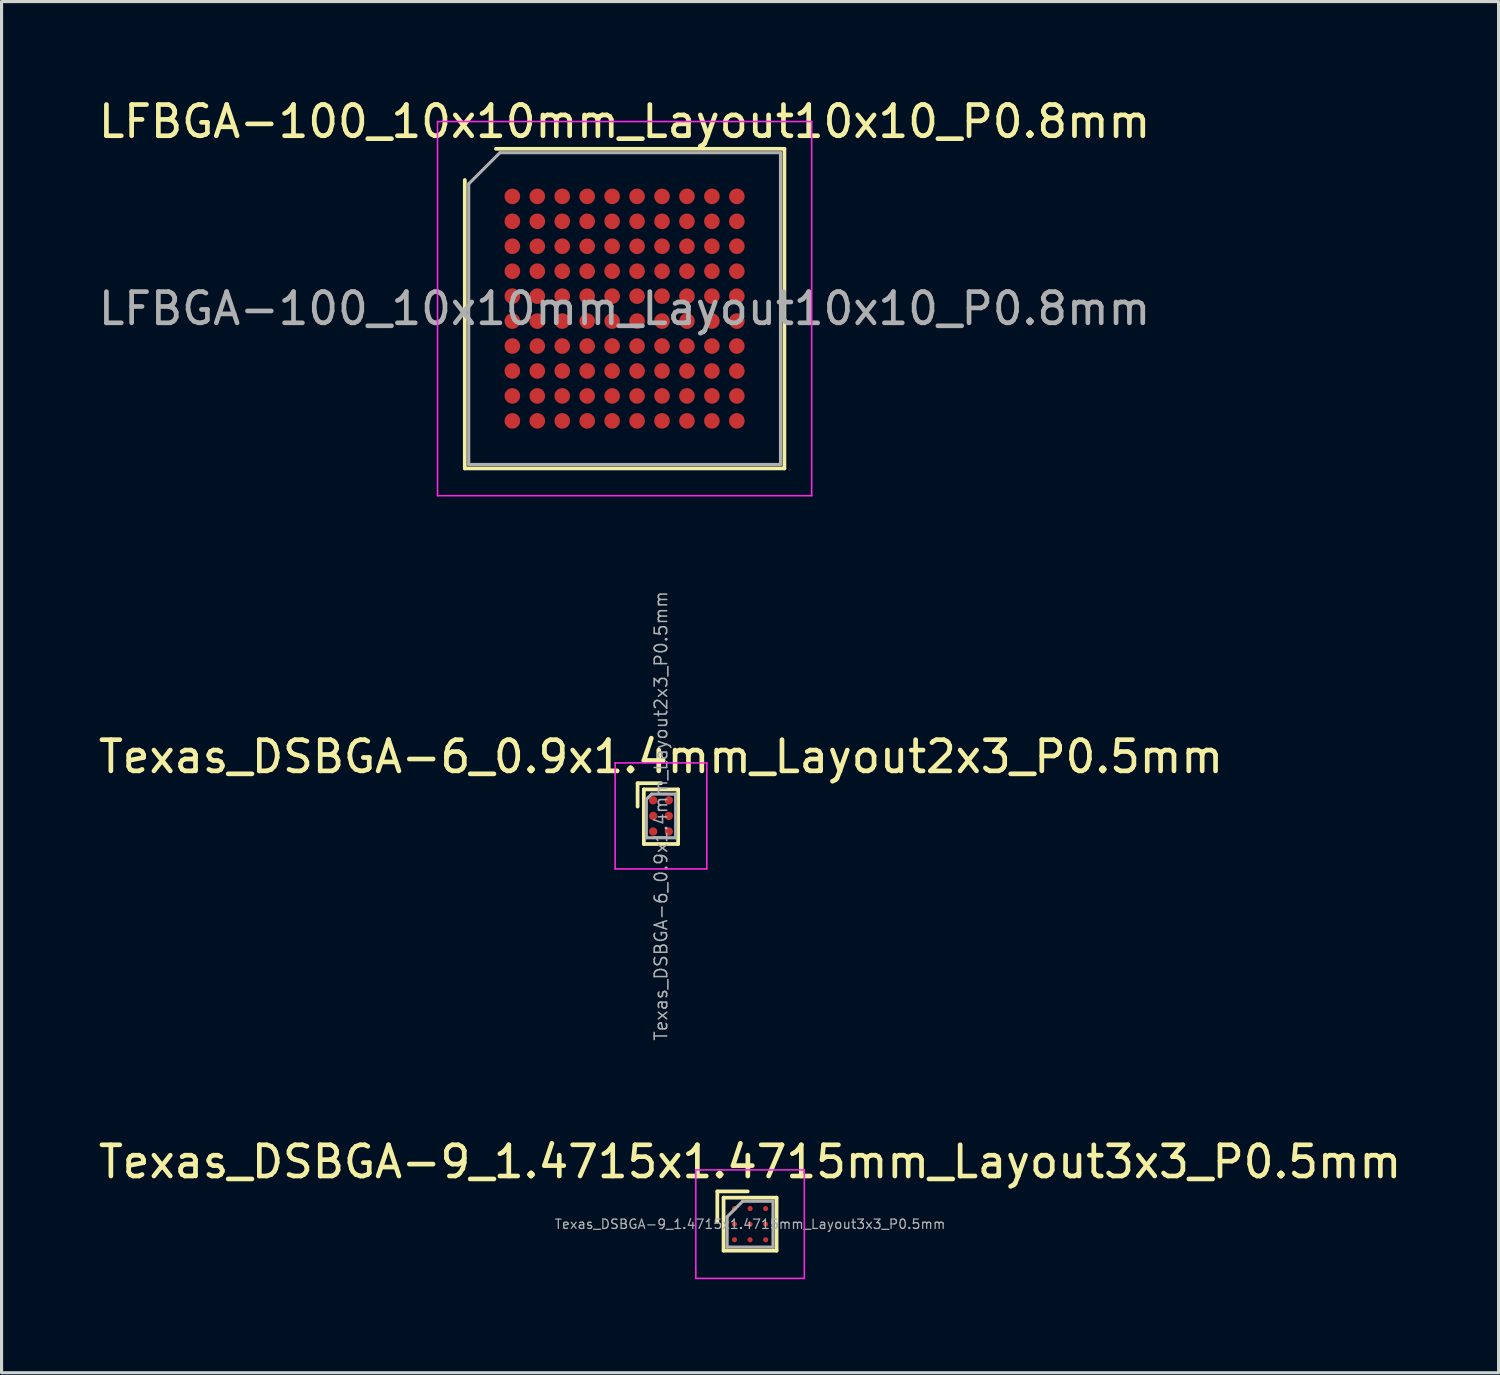
<source format=kicad_pcb>
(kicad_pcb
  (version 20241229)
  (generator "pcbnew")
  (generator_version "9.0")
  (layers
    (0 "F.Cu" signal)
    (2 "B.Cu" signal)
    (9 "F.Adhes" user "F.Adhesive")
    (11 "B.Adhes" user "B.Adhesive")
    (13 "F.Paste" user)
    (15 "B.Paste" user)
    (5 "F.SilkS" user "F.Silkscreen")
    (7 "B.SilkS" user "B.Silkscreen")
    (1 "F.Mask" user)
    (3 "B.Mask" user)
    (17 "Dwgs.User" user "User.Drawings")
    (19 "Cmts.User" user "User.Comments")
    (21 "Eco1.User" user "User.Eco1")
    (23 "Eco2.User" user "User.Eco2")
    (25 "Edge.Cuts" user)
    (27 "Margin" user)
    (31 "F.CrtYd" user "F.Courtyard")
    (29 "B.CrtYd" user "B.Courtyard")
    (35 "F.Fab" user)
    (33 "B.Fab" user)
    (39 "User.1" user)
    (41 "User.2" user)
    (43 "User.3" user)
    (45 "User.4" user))
  (footprint "Texas_DSBGA-6_0.9x1.4mm_Layout2x3_P0.5mm"
    (layer "F.Cu")
    (at 18.149 23.118)
    (property "Reference" "Texas_DSBGA-6_0.9x1.4mm_Layout2x3_P0.5mm" (at 0 -1.9 0) (layer "F.SilkS") (effects (font (size 1 1) (thickness 0.15))))
    (attr smd)
    (fp_line (start -0.75 -1.05) (end -0.75 -0.3) (stroke (width 0.12) (type solid)) (layer "F.SilkS"))
    (fp_line (start -0.55 -0.85) (end -0.55 0.9) (stroke (width 0.12) (type solid)) (layer "F.SilkS"))
    (fp_line (start -0.55 0.9) (end 0.55 0.9) (stroke (width 0.12) (type solid)) (layer "F.SilkS"))
    (fp_line (start 0 -1.05) (end -0.75 -1.05) (stroke (width 0.12) (type solid)) (layer "F.SilkS"))
    (fp_line (start 0.55 -0.85) (end -0.55 -0.85) (stroke (width 0.12) (type solid)) (layer "F.SilkS"))
    (fp_line (start 0.55 -0.85) (end 0.55 0.9) (stroke (width 0.12) (type solid)) (layer "F.SilkS"))
    (fp_line (start -1.47 -1.7) (end -1.47 1.7) (stroke (width 0.05) (type solid)) (layer "F.CrtYd"))
    (fp_line (start -1.47 -1.7) (end 1.47 -1.7) (stroke (width 0.05) (type solid)) (layer "F.CrtYd"))
    (fp_line (start 1.47 1.7) (end -1.47 1.7) (stroke (width 0.05) (type solid)) (layer "F.CrtYd"))
    (fp_line (start 1.47 1.7) (end 1.47 -1.7) (stroke (width 0.05) (type solid)) (layer "F.CrtYd"))
    (fp_line (start -0.47 -0.53) (end -0.47 0.7) (stroke (width 0.1) (type solid)) (layer "F.Fab"))
    (fp_line (start -0.47 -0.53) (end -0.3 -0.7) (stroke (width 0.1) (type solid)) (layer "F.Fab"))
    (fp_line (start -0.47 0.7) (end 0.47 0.7) (stroke (width 0.1) (type solid)) (layer "F.Fab"))
    (fp_line (start 0.47 -0.7) (end -0.3 -0.7) (stroke (width 0.1) (type solid)) (layer "F.Fab"))
    (fp_line (start 0.47 0.7) (end 0.47 -0.7) (stroke (width 0.1) (type solid)) (layer "F.Fab"))
    (fp_text user "${REFERENCE}" (at 0 0 90) (layer "F.Fab") (effects (font (size 0.4 0.4) (thickness 0.05))))
    (pad "" smd rect (at -0.25 -0.5) (size 0.3 0.3) (layers "F.Paste"))
    (pad "" smd rect (at -0.25 0) (size 0.3 0.3) (layers "F.Paste"))
    (pad "" smd rect (at -0.25 0.5) (size 0.3 0.3) (layers "F.Paste"))
    (pad "" smd rect (at 0.25 -0.5) (size 0.3 0.3) (layers "F.Paste"))
    (pad "" smd rect (at 0.25 0) (size 0.3 0.3) (layers "F.Paste"))
    (pad "" smd rect (at 0.25 0.5) (size 0.3 0.3) (layers "F.Paste"))
    (pad "A1" smd circle (at -0.25 -0.5) (size 0.265 0.265) (layers "F.Cu" "F.Mask"))
    (pad "A2" smd circle (at 0.25 -0.5) (size 0.265 0.265) (layers "F.Cu" "F.Mask"))
    (pad "B1" smd circle (at -0.25 0) (size 0.265 0.265) (layers "F.Cu" "F.Mask"))
    (pad "B2" smd circle (at 0.25 0) (size 0.265 0.265) (layers "F.Cu" "F.Mask"))
    (pad "C1" smd circle (at -0.25 0.5) (size 0.265 0.265) (layers "F.Cu" "F.Mask"))
    (pad "C2" smd circle (at 0.25 0.5) (size 0.265 0.265) (layers "F.Cu" "F.Mask")))
  (footprint "Texas_DSBGA-9_1.4715x1.4715mm_Layout3x3_P0.5mm"
    (layer "F.Cu")
    (at 21.006 36.211)
    (property "Reference" "Texas_DSBGA-9_1.4715x1.4715mm_Layout3x3_P0.5mm" (at 0 -2 0) (layer "F.SilkS") (effects (font (size 1 1) (thickness 0.15))))
    (attr smd)
    (fp_line (start -1.05 -1.05) (end -1.05 -0.075) (stroke (width 0.12) (type solid)) (layer "F.SilkS"))
    (fp_line (start -0.85 -0.85) (end -0.85 0.85) (stroke (width 0.12) (type solid)) (layer "F.SilkS"))
    (fp_line (start -0.85 -0.85) (end 0.85 -0.85) (stroke (width 0.12) (type solid)) (layer "F.SilkS"))
    (fp_line (start -0.075 -1.05) (end -1.05 -1.05) (stroke (width 0.12) (type solid)) (layer "F.SilkS"))
    (fp_line (start 0.85 -0.85) (end 0.85 0.85) (stroke (width 0.12) (type solid)) (layer "F.SilkS"))
    (fp_line (start 0.85 0.85) (end -0.85 0.85) (stroke (width 0.12) (type solid)) (layer "F.SilkS"))
    (fp_line (start -1.74 -1.74) (end -1.74 1.74) (stroke (width 0.05) (type solid)) (layer "F.CrtYd"))
    (fp_line (start -1.74 1.74) (end 1.74 1.74) (stroke (width 0.05) (type solid)) (layer "F.CrtYd"))
    (fp_line (start 1.74 -1.74) (end -1.74 -1.74) (stroke (width 0.05) (type solid)) (layer "F.CrtYd"))
    (fp_line (start 1.74 1.74) (end 1.74 -1.74) (stroke (width 0.05) (type solid)) (layer "F.CrtYd"))
    (fp_line (start -0.736 -0.236) (end -0.736 0.736) (stroke (width 0.1) (type solid)) (layer "F.Fab"))
    (fp_line (start -0.736 -0.236) (end -0.236 -0.736) (stroke (width 0.1) (type solid)) (layer "F.Fab"))
    (fp_line (start -0.736 0.736) (end 0.736 0.736) (stroke (width 0.1) (type solid)) (layer "F.Fab"))
    (fp_line (start 0.736 -0.736) (end -0.236 -0.736) (stroke (width 0.1) (type solid)) (layer "F.Fab"))
    (fp_line (start 0.736 0.736) (end 0.736 -0.736) (stroke (width 0.1) (type solid)) (layer "F.Fab"))
    (fp_text user "${REFERENCE}" (at 0 0 0) (layer "F.Fab") (effects (font (size 0.3 0.3) (thickness 0.04))))
    (pad "" smd rect (at -0.5 -0.5) (size 0.3 0.3) (layers "F.Paste"))
    (pad "" smd rect (at -0.5 0) (size 0.3 0.3) (layers "F.Paste"))
    (pad "" smd rect (at -0.5 0.5) (size 0.3 0.3) (layers "F.Paste"))
    (pad "" smd rect (at 0 -0.5) (size 0.3 0.3) (layers "F.Paste"))
    (pad "" smd rect (at 0 0) (size 0.3 0.3) (layers "F.Paste"))
    (pad "" smd rect (at 0 0.5) (size 0.3 0.3) (layers "F.Paste"))
    (pad "" smd rect (at 0.5 -0.5) (size 0.3 0.3) (layers "F.Paste"))
    (pad "" smd rect (at 0.5 0) (size 0.3 0.3) (layers "F.Paste"))
    (pad "" smd rect (at 0.5 0.5) (size 0.3 0.3) (layers "F.Paste"))
    (pad "A1" smd circle (at -0.5 -0.5) (size 0.165 0.165) (layers "F.Cu" "F.Mask"))
    (pad "A2" smd circle (at 0 -0.5) (size 0.165 0.165) (layers "F.Cu" "F.Mask"))
    (pad "A3" smd circle (at 0.5 -0.5) (size 0.165 0.165) (layers "F.Cu" "F.Mask"))
    (pad "B1" smd circle (at -0.5 0) (size 0.165 0.165) (layers "F.Cu" "F.Mask"))
    (pad "B2" smd circle (at 0 0) (size 0.165 0.165) (layers "F.Cu" "F.Mask"))
    (pad "B3" smd circle (at 0.5 0) (size 0.165 0.165) (layers "F.Cu" "F.Mask" "F.Paste"))
    (pad "C1" smd circle (at -0.5 0.5) (size 0.165 0.165) (layers "F.Cu" "F.Mask"))
    (pad "C2" smd circle (at 0 0.5) (size 0.165 0.165) (layers "F.Cu" "F.Mask"))
    (pad "C3" smd circle (at 0.5 0.5) (size 0.165 0.165) (layers "F.Cu" "F.Mask")))
  (footprint "LFBGA-100_10x10mm_Layout10x10_P0.8mm"
    (layer "F.Cu")
    (at 16.982 6.848)
    (property "Reference" "LFBGA-100_10x10mm_Layout10x10_P0.8mm" (at 0 -6 0) (layer "F.SilkS") (effects (font (size 1 1) (thickness 0.15))))
    (attr smd)
    (fp_line (start -5.125 5.125) (end -5.125 -4.125) (stroke (width 0.12) (type solid)) (layer "F.SilkS"))
    (fp_line (start -4.125 -5.125) (end 5.125 -5.125) (stroke (width 0.12) (type solid)) (layer "F.SilkS"))
    (fp_line (start 5.125 -5.125) (end 5.125 5.125) (stroke (width 0.12) (type solid)) (layer "F.SilkS"))
    (fp_line (start 5.125 5.125) (end -5.125 5.125) (stroke (width 0.12) (type solid)) (layer "F.SilkS"))
    (fp_line (start -6 -6) (end -6 6) (stroke (width 0.05) (type solid)) (layer "F.CrtYd"))
    (fp_line (start -6 6) (end 6 6) (stroke (width 0.05) (type solid)) (layer "F.CrtYd"))
    (fp_line (start 6 -6) (end -6 -6) (stroke (width 0.05) (type solid)) (layer "F.CrtYd"))
    (fp_line (start 6 6) (end 6 -6) (stroke (width 0.05) (type solid)) (layer "F.CrtYd"))
    (fp_line (start -5 -4) (end -4 -5) (stroke (width 0.1) (type solid)) (layer "F.Fab"))
    (fp_line (start -5 5) (end -5 -4) (stroke (width 0.1) (type solid)) (layer "F.Fab"))
    (fp_line (start -4 -5) (end 5 -5) (stroke (width 0.1) (type solid)) (layer "F.Fab"))
    (fp_line (start 5 -5) (end 5 5) (stroke (width 0.1) (type solid)) (layer "F.Fab"))
    (fp_line (start 5 5) (end -5 5) (stroke (width 0.1) (type solid)) (layer "F.Fab"))
    (fp_text user "${REFERENCE}" (at 0 0 0) (layer "F.Fab") (effects (font (size 1 1) (thickness 0.15))))
    (pad "A1" smd circle (at -3.6 -3.6) (size 0.5 0.5) (layers "F.Cu" "F.Mask" "F.Paste"))
    (pad "A2" smd circle (at -2.8 -3.6) (size 0.5 0.5) (layers "F.Cu" "F.Mask" "F.Paste"))
    (pad "A3" smd circle (at -2 -3.6) (size 0.5 0.5) (layers "F.Cu" "F.Mask" "F.Paste"))
    (pad "A4" smd circle (at -1.2 -3.6) (size 0.5 0.5) (layers "F.Cu" "F.Mask" "F.Paste"))
    (pad "A5" smd circle (at -0.4 -3.6) (size 0.5 0.5) (layers "F.Cu" "F.Mask" "F.Paste"))
    (pad "A6" smd circle (at 0.4 -3.6) (size 0.5 0.5) (layers "F.Cu" "F.Mask" "F.Paste"))
    (pad "A7" smd circle (at 1.2 -3.6) (size 0.5 0.5) (layers "F.Cu" "F.Mask" "F.Paste"))
    (pad "A8" smd circle (at 2 -3.6) (size 0.5 0.5) (layers "F.Cu" "F.Mask" "F.Paste"))
    (pad "A9" smd circle (at 2.8 -3.6) (size 0.5 0.5) (layers "F.Cu" "F.Mask" "F.Paste"))
    (pad "A10" smd circle (at 3.6 -3.6) (size 0.5 0.5) (layers "F.Cu" "F.Mask" "F.Paste"))
    (pad "B1" smd circle (at -3.6 -2.8) (size 0.5 0.5) (layers "F.Cu" "F.Mask" "F.Paste"))
    (pad "B2" smd circle (at -2.8 -2.8) (size 0.5 0.5) (layers "F.Cu" "F.Mask" "F.Paste"))
    (pad "B3" smd circle (at -2 -2.8) (size 0.5 0.5) (layers "F.Cu" "F.Mask" "F.Paste"))
    (pad "B4" smd circle (at -1.2 -2.8) (size 0.5 0.5) (layers "F.Cu" "F.Mask" "F.Paste"))
    (pad "B5" smd circle (at -0.4 -2.8) (size 0.5 0.5) (layers "F.Cu" "F.Mask" "F.Paste"))
    (pad "B6" smd circle (at 0.4 -2.8) (size 0.5 0.5) (layers "F.Cu" "F.Mask" "F.Paste"))
    (pad "B7" smd circle (at 1.2 -2.8) (size 0.5 0.5) (layers "F.Cu" "F.Mask" "F.Paste"))
    (pad "B8" smd circle (at 2 -2.8) (size 0.5 0.5) (layers "F.Cu" "F.Mask" "F.Paste"))
    (pad "B9" smd circle (at 2.8 -2.8) (size 0.5 0.5) (layers "F.Cu" "F.Mask" "F.Paste"))
    (pad "B10" smd circle (at 3.6 -2.8) (size 0.5 0.5) (layers "F.Cu" "F.Mask" "F.Paste"))
    (pad "C1" smd circle (at -3.6 -2) (size 0.5 0.5) (layers "F.Cu" "F.Mask" "F.Paste"))
    (pad "C2" smd circle (at -2.8 -2) (size 0.5 0.5) (layers "F.Cu" "F.Mask" "F.Paste"))
    (pad "C3" smd circle (at -2 -2) (size 0.5 0.5) (layers "F.Cu" "F.Mask" "F.Paste"))
    (pad "C4" smd circle (at -1.2 -2) (size 0.5 0.5) (layers "F.Cu" "F.Mask" "F.Paste"))
    (pad "C5" smd circle (at -0.4 -2) (size 0.5 0.5) (layers "F.Cu" "F.Mask" "F.Paste"))
    (pad "C6" smd circle (at 0.4 -2) (size 0.5 0.5) (layers "F.Cu" "F.Mask" "F.Paste"))
    (pad "C7" smd circle (at 1.2 -2) (size 0.5 0.5) (layers "F.Cu" "F.Mask" "F.Paste"))
    (pad "C8" smd circle (at 2 -2) (size 0.5 0.5) (layers "F.Cu" "F.Mask" "F.Paste"))
    (pad "C9" smd circle (at 2.8 -2) (size 0.5 0.5) (layers "F.Cu" "F.Mask" "F.Paste"))
    (pad "C10" smd circle (at 3.6 -2) (size 0.5 0.5) (layers "F.Cu" "F.Mask" "F.Paste"))
    (pad "D1" smd circle (at -3.6 -1.2) (size 0.5 0.5) (layers "F.Cu" "F.Mask" "F.Paste"))
    (pad "D2" smd circle (at -2.8 -1.2) (size 0.5 0.5) (layers "F.Cu" "F.Mask" "F.Paste"))
    (pad "D3" smd circle (at -2 -1.2) (size 0.5 0.5) (layers "F.Cu" "F.Mask" "F.Paste"))
    (pad "D4" smd circle (at -1.2 -1.2) (size 0.5 0.5) (layers "F.Cu" "F.Mask" "F.Paste"))
    (pad "D5" smd circle (at -0.4 -1.2) (size 0.5 0.5) (layers "F.Cu" "F.Mask" "F.Paste"))
    (pad "D6" smd circle (at 0.4 -1.2) (size 0.5 0.5) (layers "F.Cu" "F.Mask" "F.Paste"))
    (pad "D7" smd circle (at 1.2 -1.2) (size 0.5 0.5) (layers "F.Cu" "F.Mask" "F.Paste"))
    (pad "D8" smd circle (at 2 -1.2) (size 0.5 0.5) (layers "F.Cu" "F.Mask" "F.Paste"))
    (pad "D9" smd circle (at 2.8 -1.2) (size 0.5 0.5) (layers "F.Cu" "F.Mask" "F.Paste"))
    (pad "D10" smd circle (at 3.6 -1.2) (size 0.5 0.5) (layers "F.Cu" "F.Mask" "F.Paste"))
    (pad "E1" smd circle (at -3.6 -0.4) (size 0.5 0.5) (layers "F.Cu" "F.Mask" "F.Paste"))
    (pad "E2" smd circle (at -2.8 -0.4) (size 0.5 0.5) (layers "F.Cu" "F.Mask" "F.Paste"))
    (pad "E3" smd circle (at -2 -0.4) (size 0.5 0.5) (layers "F.Cu" "F.Mask" "F.Paste"))
    (pad "E4" smd circle (at -1.2 -0.4) (size 0.5 0.5) (layers "F.Cu" "F.Mask" "F.Paste"))
    (pad "E5" smd circle (at -0.4 -0.4) (size 0.5 0.5) (layers "F.Cu" "F.Mask" "F.Paste"))
    (pad "E6" smd circle (at 0.4 -0.4) (size 0.5 0.5) (layers "F.Cu" "F.Mask" "F.Paste"))
    (pad "E7" smd circle (at 1.2 -0.4) (size 0.5 0.5) (layers "F.Cu" "F.Mask" "F.Paste"))
    (pad "E8" smd circle (at 2 -0.4) (size 0.5 0.5) (layers "F.Cu" "F.Mask" "F.Paste"))
    (pad "E9" smd circle (at 2.8 -0.4) (size 0.5 0.5) (layers "F.Cu" "F.Mask" "F.Paste"))
    (pad "E10" smd circle (at 3.6 -0.4) (size 0.5 0.5) (layers "F.Cu" "F.Mask" "F.Paste"))
    (pad "F1" smd circle (at -3.6 0.4) (size 0.5 0.5) (layers "F.Cu" "F.Mask" "F.Paste"))
    (pad "F2" smd circle (at -2.8 0.4) (size 0.5 0.5) (layers "F.Cu" "F.Mask" "F.Paste"))
    (pad "F3" smd circle (at -2 0.4) (size 0.5 0.5) (layers "F.Cu" "F.Mask" "F.Paste"))
    (pad "F4" smd circle (at -1.2 0.4) (size 0.5 0.5) (layers "F.Cu" "F.Mask" "F.Paste"))
    (pad "F5" smd circle (at -0.4 0.4) (size 0.5 0.5) (layers "F.Cu" "F.Mask" "F.Paste"))
    (pad "F6" smd circle (at 0.4 0.4) (size 0.5 0.5) (layers "F.Cu" "F.Mask" "F.Paste"))
    (pad "F7" smd circle (at 1.2 0.4) (size 0.5 0.5) (layers "F.Cu" "F.Mask" "F.Paste"))
    (pad "F8" smd circle (at 2 0.4) (size 0.5 0.5) (layers "F.Cu" "F.Mask" "F.Paste"))
    (pad "F9" smd circle (at 2.8 0.4) (size 0.5 0.5) (layers "F.Cu" "F.Mask" "F.Paste"))
    (pad "F10" smd circle (at 3.6 0.4) (size 0.5 0.5) (layers "F.Cu" "F.Mask" "F.Paste"))
    (pad "G1" smd circle (at -3.6 1.2) (size 0.5 0.5) (layers "F.Cu" "F.Mask" "F.Paste"))
    (pad "G2" smd circle (at -2.8 1.2) (size 0.5 0.5) (layers "F.Cu" "F.Mask" "F.Paste"))
    (pad "G3" smd circle (at -2 1.2) (size 0.5 0.5) (layers "F.Cu" "F.Mask" "F.Paste"))
    (pad "G4" smd circle (at -1.2 1.2) (size 0.5 0.5) (layers "F.Cu" "F.Mask" "F.Paste"))
    (pad "G5" smd circle (at -0.4 1.2) (size 0.5 0.5) (layers "F.Cu" "F.Mask" "F.Paste"))
    (pad "G6" smd circle (at 0.4 1.2) (size 0.5 0.5) (layers "F.Cu" "F.Mask" "F.Paste"))
    (pad "G7" smd circle (at 1.2 1.2) (size 0.5 0.5) (layers "F.Cu" "F.Mask" "F.Paste"))
    (pad "G8" smd circle (at 2 1.2) (size 0.5 0.5) (layers "F.Cu" "F.Mask" "F.Paste"))
    (pad "G9" smd circle (at 2.8 1.2) (size 0.5 0.5) (layers "F.Cu" "F.Mask" "F.Paste"))
    (pad "G10" smd circle (at 3.6 1.2) (size 0.5 0.5) (layers "F.Cu" "F.Mask" "F.Paste"))
    (pad "H1" smd circle (at -3.6 2) (size 0.5 0.5) (layers "F.Cu" "F.Mask" "F.Paste"))
    (pad "H2" smd circle (at -2.8 2) (size 0.5 0.5) (layers "F.Cu" "F.Mask" "F.Paste"))
    (pad "H3" smd circle (at -2 2) (size 0.5 0.5) (layers "F.Cu" "F.Mask" "F.Paste"))
    (pad "H4" smd circle (at -1.2 2) (size 0.5 0.5) (layers "F.Cu" "F.Mask" "F.Paste"))
    (pad "H5" smd circle (at -0.4 2) (size 0.5 0.5) (layers "F.Cu" "F.Mask" "F.Paste"))
    (pad "H6" smd circle (at 0.4 2) (size 0.5 0.5) (layers "F.Cu" "F.Mask" "F.Paste"))
    (pad "H7" smd circle (at 1.2 2) (size 0.5 0.5) (layers "F.Cu" "F.Mask" "F.Paste"))
    (pad "H8" smd circle (at 2 2) (size 0.5 0.5) (layers "F.Cu" "F.Mask" "F.Paste"))
    (pad "H9" smd circle (at 2.8 2) (size 0.5 0.5) (layers "F.Cu" "F.Mask" "F.Paste"))
    (pad "H10" smd circle (at 3.6 2) (size 0.5 0.5) (layers "F.Cu" "F.Mask" "F.Paste"))
    (pad "J1" smd circle (at -3.6 2.8) (size 0.5 0.5) (layers "F.Cu" "F.Mask" "F.Paste"))
    (pad "J2" smd circle (at -2.8 2.8) (size 0.5 0.5) (layers "F.Cu" "F.Mask" "F.Paste"))
    (pad "J3" smd circle (at -2 2.8) (size 0.5 0.5) (layers "F.Cu" "F.Mask" "F.Paste"))
    (pad "J4" smd circle (at -1.2 2.8) (size 0.5 0.5) (layers "F.Cu" "F.Mask" "F.Paste"))
    (pad "J5" smd circle (at -0.4 2.8) (size 0.5 0.5) (layers "F.Cu" "F.Mask" "F.Paste"))
    (pad "J6" smd circle (at 0.4 2.8) (size 0.5 0.5) (layers "F.Cu" "F.Mask" "F.Paste"))
    (pad "J7" smd circle (at 1.2 2.8) (size 0.5 0.5) (layers "F.Cu" "F.Mask" "F.Paste"))
    (pad "J8" smd circle (at 2 2.8) (size 0.5 0.5) (layers "F.Cu" "F.Mask" "F.Paste"))
    (pad "J9" smd circle (at 2.8 2.8) (size 0.5 0.5) (layers "F.Cu" "F.Mask" "F.Paste"))
    (pad "J10" smd circle (at 3.6 2.8) (size 0.5 0.5) (layers "F.Cu" "F.Mask" "F.Paste"))
    (pad "K1" smd circle (at -3.6 3.6) (size 0.5 0.5) (layers "F.Cu" "F.Mask" "F.Paste"))
    (pad "K2" smd circle (at -2.8 3.6) (size 0.5 0.5) (layers "F.Cu" "F.Mask" "F.Paste"))
    (pad "K3" smd circle (at -2 3.6) (size 0.5 0.5) (layers "F.Cu" "F.Mask" "F.Paste"))
    (pad "K4" smd circle (at -1.2 3.6) (size 0.5 0.5) (layers "F.Cu" "F.Mask" "F.Paste"))
    (pad "K5" smd circle (at -0.4 3.6) (size 0.5 0.5) (layers "F.Cu" "F.Mask" "F.Paste"))
    (pad "K6" smd circle (at 0.4 3.6) (size 0.5 0.5) (layers "F.Cu" "F.Mask" "F.Paste"))
    (pad "K7" smd circle (at 1.2 3.6) (size 0.5 0.5) (layers "F.Cu" "F.Mask" "F.Paste"))
    (pad "K8" smd circle (at 2 3.6) (size 0.5 0.5) (layers "F.Cu" "F.Mask" "F.Paste"))
    (pad "K9" smd circle (at 2.8 3.6) (size 0.5 0.5) (layers "F.Cu" "F.Mask" "F.Paste"))
    (pad "K10" smd circle (at 3.6 3.6) (size 0.5 0.5) (layers "F.Cu" "F.Mask" "F.Paste")))
  (gr_rect
    (start -3 -3)
    (end 45.012 40.976)
    (stroke (width 0.1) (type default))
    (fill no)
    (layer "Edge.Cuts")))
</source>
